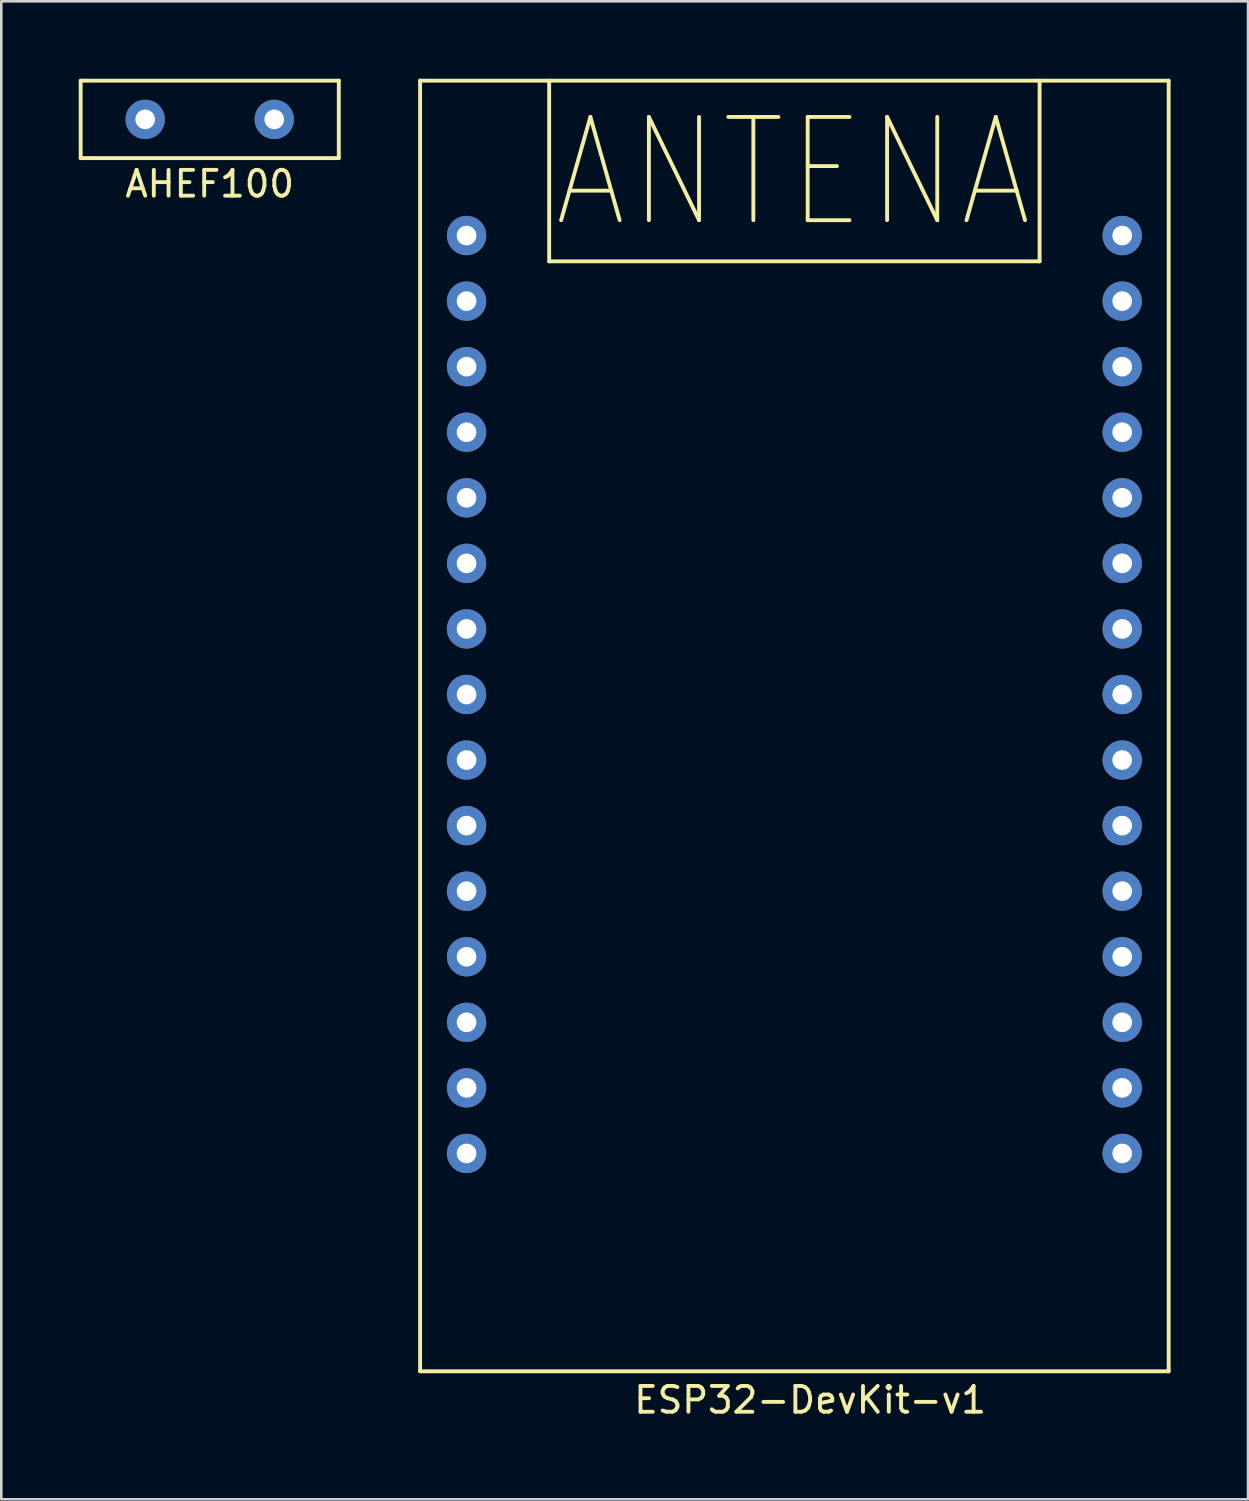
<source format=kicad_pcb>
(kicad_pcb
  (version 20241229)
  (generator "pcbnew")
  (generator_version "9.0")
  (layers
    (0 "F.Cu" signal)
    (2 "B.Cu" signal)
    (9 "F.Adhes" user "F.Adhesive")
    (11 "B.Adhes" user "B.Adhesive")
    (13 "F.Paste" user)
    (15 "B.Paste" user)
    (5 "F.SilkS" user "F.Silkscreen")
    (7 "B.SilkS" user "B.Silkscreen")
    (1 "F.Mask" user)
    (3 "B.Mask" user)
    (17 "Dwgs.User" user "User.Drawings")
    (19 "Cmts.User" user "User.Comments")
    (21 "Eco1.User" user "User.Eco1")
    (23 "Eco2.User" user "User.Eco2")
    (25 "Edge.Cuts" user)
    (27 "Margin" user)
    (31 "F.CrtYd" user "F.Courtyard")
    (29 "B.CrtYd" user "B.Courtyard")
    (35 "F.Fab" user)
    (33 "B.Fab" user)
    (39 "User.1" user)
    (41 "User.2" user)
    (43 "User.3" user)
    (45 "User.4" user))
  (footprint "ESP32-DevKit-v1"
    (layer "F.Cu")
    (at 27.725 25.075)
    (property "Reference" "ESP32-DevKit-v1" (at 0.61 26.111 0) (layer "F.SilkS") (effects (font (size 1 1) (thickness 0.15))))
    (attr through_hole)
    (fp_line (start -14.5 -25) (end -14.5 25) (stroke (width 0.15) (type solid)) (layer "F.SilkS"))
    (fp_line (start -14.5 -25) (end 14.5 -25) (stroke (width 0.15) (type solid)) (layer "F.SilkS"))
    (fp_line (start -14.5 25) (end 14.5 25) (stroke (width 0.15) (type solid)) (layer "F.SilkS"))
    (fp_line (start -9.5 -25) (end -9.5 -18) (stroke (width 0.15) (type solid)) (layer "F.SilkS"))
    (fp_line (start -9.5 -18) (end 9.5 -18) (stroke (width 0.15) (type solid)) (layer "F.SilkS"))
    (fp_line (start 9.5 -18) (end 9.5 -25) (stroke (width 0.15) (type solid)) (layer "F.SilkS"))
    (fp_line (start 14.5 -25) (end 14.5 25) (stroke (width 0.15) (type solid)) (layer "F.SilkS"))
    (fp_text user "ANTENA" (at -0.051 -21.438 0) (layer "F.SilkS") (effects (font (size 4 3.4) (thickness 0.15))))
    (pad "1" thru_hole circle (at -12.7 -19) (size 1.524 1.524) (drill 0.762) (layers "*.Cu" "*.Mask"))
    (pad "2" thru_hole circle (at -12.7 -16.46) (size 1.524 1.524) (drill 0.762) (layers "*.Cu" "*.Mask"))
    (pad "3" thru_hole circle (at -12.7 -13.92) (size 1.524 1.524) (drill 0.762) (layers "*.Cu" "*.Mask"))
    (pad "4" thru_hole circle (at -12.7 -11.38) (size 1.524 1.524) (drill 0.762) (layers "*.Cu" "*.Mask"))
    (pad "5" thru_hole circle (at -12.7 -8.84) (size 1.524 1.524) (drill 0.762) (layers "*.Cu" "*.Mask"))
    (pad "6" thru_hole circle (at -12.7 -6.3) (size 1.524 1.524) (drill 0.762) (layers "*.Cu" "*.Mask"))
    (pad "7" thru_hole circle (at -12.7 -3.76) (size 1.524 1.524) (drill 0.762) (layers "*.Cu" "*.Mask"))
    (pad "8" thru_hole circle (at -12.7 -1.22) (size 1.524 1.524) (drill 0.762) (layers "*.Cu" "*.Mask"))
    (pad "9" thru_hole circle (at -12.7 1.32) (size 1.524 1.524) (drill 0.762) (layers "*.Cu" "*.Mask"))
    (pad "10" thru_hole circle (at -12.7 3.86) (size 1.524 1.524) (drill 0.762) (layers "*.Cu" "*.Mask"))
    (pad "11" thru_hole circle (at -12.7 6.4) (size 1.524 1.524) (drill 0.762) (layers "*.Cu" "*.Mask"))
    (pad "12" thru_hole circle (at -12.7 8.94) (size 1.524 1.524) (drill 0.762) (layers "*.Cu" "*.Mask"))
    (pad "13" thru_hole circle (at -12.7 11.48) (size 1.524 1.524) (drill 0.762) (layers "*.Cu" "*.Mask"))
    (pad "14" thru_hole circle (at -12.7 14.02) (size 1.524 1.524) (drill 0.762) (layers "*.Cu" "*.Mask"))
    (pad "15" thru_hole circle (at -12.7 16.56) (size 1.524 1.524) (drill 0.762) (layers "*.Cu" "*.Mask"))
    (pad "16" thru_hole circle (at 12.7 16.56) (size 1.524 1.524) (drill 0.762) (layers "*.Cu" "*.Mask"))
    (pad "17" thru_hole circle (at 12.7 14.02) (size 1.524 1.524) (drill 0.762) (layers "*.Cu" "*.Mask"))
    (pad "18" thru_hole circle (at 12.7 11.48) (size 1.524 1.524) (drill 0.762) (layers "*.Cu" "*.Mask"))
    (pad "19" thru_hole circle (at 12.7 8.94) (size 1.524 1.524) (drill 0.762) (layers "*.Cu" "*.Mask"))
    (pad "20" thru_hole circle (at 12.7 6.4) (size 1.524 1.524) (drill 0.762) (layers "*.Cu" "*.Mask"))
    (pad "21" thru_hole circle (at 12.7 3.86) (size 1.524 1.524) (drill 0.762) (layers "*.Cu" "*.Mask"))
    (pad "22" thru_hole circle (at 12.7 1.32) (size 1.524 1.524) (drill 0.762) (layers "*.Cu" "*.Mask"))
    (pad "23" thru_hole circle (at 12.7 -1.22) (size 1.524 1.524) (drill 0.762) (layers "*.Cu" "*.Mask"))
    (pad "24" thru_hole circle (at 12.7 -3.76) (size 1.524 1.524) (drill 0.762) (layers "*.Cu" "*.Mask"))
    (pad "25" thru_hole circle (at 12.7 -6.3) (size 1.524 1.524) (drill 0.762) (layers "*.Cu" "*.Mask"))
    (pad "26" thru_hole circle (at 12.7 -8.84) (size 1.524 1.524) (drill 0.762) (layers "*.Cu" "*.Mask"))
    (pad "27" thru_hole circle (at 12.7 -11.38) (size 1.524 1.524) (drill 0.762) (layers "*.Cu" "*.Mask"))
    (pad "28" thru_hole circle (at 12.7 -13.92) (size 1.524 1.524) (drill 0.762) (layers "*.Cu" "*.Mask"))
    (pad "29" thru_hole circle (at 12.7 -16.46) (size 1.524 1.524) (drill 0.762) (layers "*.Cu" "*.Mask"))
    (pad "30" thru_hole circle (at 12.7 -19) (size 1.524 1.524) (drill 0.762) (layers "*.Cu" "*.Mask")))
  (footprint "AHEF100"
    (layer "F.Cu")
    (at 5.075 1.575)
    (property "Reference" "AHEF100" (at 0 2.5 0) (layer "F.SilkS") (effects (font (size 1 1) (thickness 0.15))))
    (attr through_hole)
    (fp_line (start -5 -1.5) (end 5 -1.5) (stroke (width 0.15) (type solid)) (layer "F.SilkS"))
    (fp_line (start -5 1.5) (end -5 -1.5) (stroke (width 0.15) (type solid)) (layer "F.SilkS"))
    (fp_line (start 5 -1.5) (end 5 1.5) (stroke (width 0.15) (type solid)) (layer "F.SilkS"))
    (fp_line (start 5 1.5) (end -5 1.5) (stroke (width 0.15) (type solid)) (layer "F.SilkS"))
    (pad "1" thru_hole circle (at -2.5 0) (size 1.524 1.524) (drill 0.762) (layers "*.Cu" "*.Mask"))
    (pad "2" thru_hole circle (at 2.5 0) (size 1.524 1.524) (drill 0.762) (layers "*.Cu" "*.Mask")))
  (gr_rect
    (start -3 -3)
    (end 45.3 55.034)
    (stroke (width 0.1) (type default))
    (fill no)
    (layer "Edge.Cuts")))
</source>
